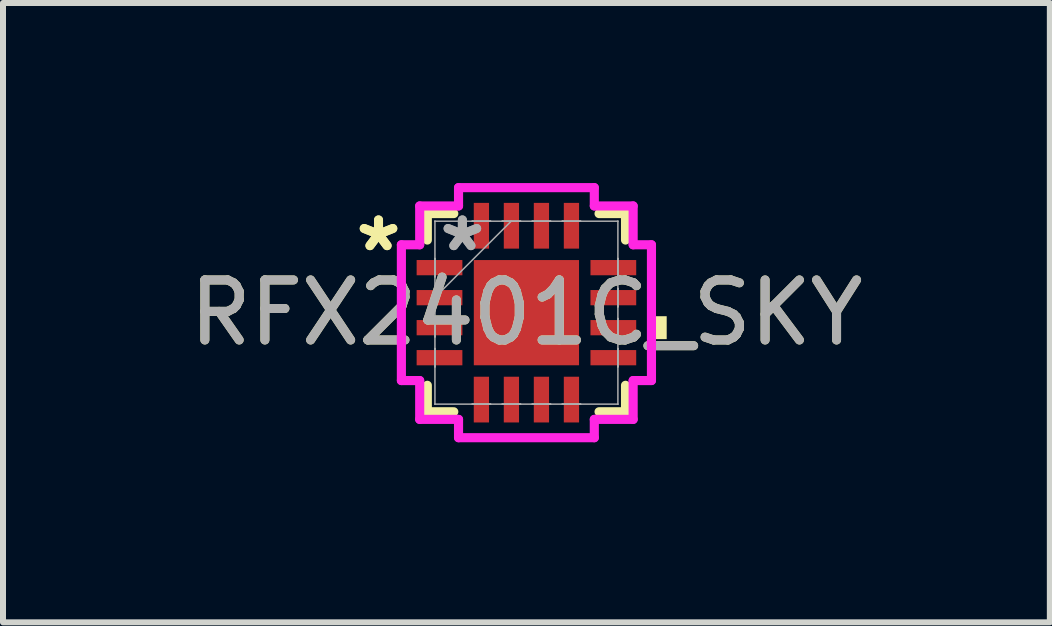
<source format=kicad_pcb>
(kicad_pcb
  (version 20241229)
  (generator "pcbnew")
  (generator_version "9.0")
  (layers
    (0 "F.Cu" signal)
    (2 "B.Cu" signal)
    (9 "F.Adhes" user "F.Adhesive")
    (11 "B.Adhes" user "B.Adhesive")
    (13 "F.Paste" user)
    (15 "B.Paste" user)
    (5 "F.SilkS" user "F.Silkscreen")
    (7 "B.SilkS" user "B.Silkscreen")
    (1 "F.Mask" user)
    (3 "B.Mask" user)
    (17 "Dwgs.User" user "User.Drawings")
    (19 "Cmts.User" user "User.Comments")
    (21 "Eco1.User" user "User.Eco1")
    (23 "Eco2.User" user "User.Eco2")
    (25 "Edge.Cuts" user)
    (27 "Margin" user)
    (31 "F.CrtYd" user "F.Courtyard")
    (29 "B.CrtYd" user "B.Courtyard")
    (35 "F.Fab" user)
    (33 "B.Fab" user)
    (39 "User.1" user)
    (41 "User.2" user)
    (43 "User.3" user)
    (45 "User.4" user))
  (footprint "RFX2401C_SKY"
    (layer "F.Cu")
    (at 5.72 2.159)
    (property "Reference" "RFX2401C_SKY" (at 0 0 0) (unlocked yes) (layer "F.SilkS") (effects (font (size 1 1) (thickness 0.15))))
    (attr smd)
    (fp_line (start -1.651 -1.651) (end -1.651 -1.21) (stroke (width 0.152) (type solid)) (layer "F.SilkS"))
    (fp_line (start -1.651 1.21) (end -1.651 1.651) (stroke (width 0.152) (type solid)) (layer "F.SilkS"))
    (fp_line (start -1.651 1.651) (end -1.21 1.651) (stroke (width 0.152) (type solid)) (layer "F.SilkS"))
    (fp_line (start -1.21 -1.651) (end -1.651 -1.651) (stroke (width 0.152) (type solid)) (layer "F.SilkS"))
    (fp_line (start 1.21 1.651) (end 1.651 1.651) (stroke (width 0.152) (type solid)) (layer "F.SilkS"))
    (fp_line (start 1.651 -1.651) (end 1.21 -1.651) (stroke (width 0.152) (type solid)) (layer "F.SilkS"))
    (fp_line (start 1.651 -1.21) (end 1.651 -1.651) (stroke (width 0.152) (type solid)) (layer "F.SilkS"))
    (fp_line (start 1.651 1.651) (end 1.651 1.21) (stroke (width 0.152) (type solid)) (layer "F.SilkS"))
    (fp_poly (pts (xy 2.337 0.059) (xy 2.337 0.441) (xy 2.083 0.441) (xy 2.083 0.059)) (stroke (width 0) (type solid)) (fill yes) (layer "F.SilkS"))
    (fp_line (start -2.083 -1.131) (end -1.778 -1.131) (stroke (width 0.152) (type solid)) (layer "F.CrtYd"))
    (fp_line (start -2.083 1.131) (end -2.083 -1.131) (stroke (width 0.152) (type solid)) (layer "F.CrtYd"))
    (fp_line (start -1.778 -1.778) (end -1.131 -1.778) (stroke (width 0.152) (type solid)) (layer "F.CrtYd"))
    (fp_line (start -1.778 -1.131) (end -1.778 -1.778) (stroke (width 0.152) (type solid)) (layer "F.CrtYd"))
    (fp_line (start -1.778 1.131) (end -2.083 1.131) (stroke (width 0.152) (type solid)) (layer "F.CrtYd"))
    (fp_line (start -1.778 1.778) (end -1.778 1.131) (stroke (width 0.152) (type solid)) (layer "F.CrtYd"))
    (fp_line (start -1.131 -2.083) (end 1.131 -2.083) (stroke (width 0.152) (type solid)) (layer "F.CrtYd"))
    (fp_line (start -1.131 -1.778) (end -1.131 -2.083) (stroke (width 0.152) (type solid)) (layer "F.CrtYd"))
    (fp_line (start -1.131 1.778) (end -1.778 1.778) (stroke (width 0.152) (type solid)) (layer "F.CrtYd"))
    (fp_line (start -1.131 2.083) (end -1.131 1.778) (stroke (width 0.152) (type solid)) (layer "F.CrtYd"))
    (fp_line (start 1.131 -2.083) (end 1.131 -1.778) (stroke (width 0.152) (type solid)) (layer "F.CrtYd"))
    (fp_line (start 1.131 -1.778) (end 1.778 -1.778) (stroke (width 0.152) (type solid)) (layer "F.CrtYd"))
    (fp_line (start 1.131 1.778) (end 1.131 2.083) (stroke (width 0.152) (type solid)) (layer "F.CrtYd"))
    (fp_line (start 1.131 2.083) (end -1.131 2.083) (stroke (width 0.152) (type solid)) (layer "F.CrtYd"))
    (fp_line (start 1.778 -1.778) (end 1.778 -1.131) (stroke (width 0.152) (type solid)) (layer "F.CrtYd"))
    (fp_line (start 1.778 -1.131) (end 2.083 -1.131) (stroke (width 0.152) (type solid)) (layer "F.CrtYd"))
    (fp_line (start 1.778 1.131) (end 1.778 1.778) (stroke (width 0.152) (type solid)) (layer "F.CrtYd"))
    (fp_line (start 1.778 1.778) (end 1.131 1.778) (stroke (width 0.152) (type solid)) (layer "F.CrtYd"))
    (fp_line (start 2.083 -1.131) (end 2.083 1.131) (stroke (width 0.152) (type solid)) (layer "F.CrtYd"))
    (fp_line (start 2.083 1.131) (end 1.778 1.131) (stroke (width 0.152) (type solid)) (layer "F.CrtYd"))
    (fp_line (start -1.524 -1.524) (end -1.524 -1.524) (stroke (width 0.025) (type solid)) (layer "F.Fab"))
    (fp_line (start -1.524 -1.524) (end -1.524 1.524) (stroke (width 0.025) (type solid)) (layer "F.Fab"))
    (fp_line (start -1.524 -0.902) (end -1.524 -0.902) (stroke (width 0.025) (type solid)) (layer "F.Fab"))
    (fp_line (start -1.524 -0.902) (end -1.524 -0.598) (stroke (width 0.025) (type solid)) (layer "F.Fab"))
    (fp_line (start -1.524 -0.598) (end -1.524 -0.902) (stroke (width 0.025) (type solid)) (layer "F.Fab"))
    (fp_line (start -1.524 -0.598) (end -1.524 -0.598) (stroke (width 0.025) (type solid)) (layer "F.Fab"))
    (fp_line (start -1.524 -0.402) (end -1.524 -0.402) (stroke (width 0.025) (type solid)) (layer "F.Fab"))
    (fp_line (start -1.524 -0.402) (end -1.524 -0.098) (stroke (width 0.025) (type solid)) (layer "F.Fab"))
    (fp_line (start -1.524 -0.254) (end -0.254 -1.524) (stroke (width 0.025) (type solid)) (layer "F.Fab"))
    (fp_line (start -1.524 -0.098) (end -1.524 -0.402) (stroke (width 0.025) (type solid)) (layer "F.Fab"))
    (fp_line (start -1.524 -0.098) (end -1.524 -0.098) (stroke (width 0.025) (type solid)) (layer "F.Fab"))
    (fp_line (start -1.524 0.098) (end -1.524 0.098) (stroke (width 0.025) (type solid)) (layer "F.Fab"))
    (fp_line (start -1.524 0.098) (end -1.524 0.402) (stroke (width 0.025) (type solid)) (layer "F.Fab"))
    (fp_line (start -1.524 0.402) (end -1.524 0.098) (stroke (width 0.025) (type solid)) (layer "F.Fab"))
    (fp_line (start -1.524 0.402) (end -1.524 0.402) (stroke (width 0.025) (type solid)) (layer "F.Fab"))
    (fp_line (start -1.524 0.598) (end -1.524 0.598) (stroke (width 0.025) (type solid)) (layer "F.Fab"))
    (fp_line (start -1.524 0.598) (end -1.524 0.902) (stroke (width 0.025) (type solid)) (layer "F.Fab"))
    (fp_line (start -1.524 0.902) (end -1.524 0.598) (stroke (width 0.025) (type solid)) (layer "F.Fab"))
    (fp_line (start -1.524 0.902) (end -1.524 0.902) (stroke (width 0.025) (type solid)) (layer "F.Fab"))
    (fp_line (start -1.524 1.524) (end -1.524 1.524) (stroke (width 0.025) (type solid)) (layer "F.Fab"))
    (fp_line (start -1.524 1.524) (end 1.524 1.524) (stroke (width 0.025) (type solid)) (layer "F.Fab"))
    (fp_line (start -0.902 -1.524) (end -0.902 -1.524) (stroke (width 0.025) (type solid)) (layer "F.Fab"))
    (fp_line (start -0.902 -1.524) (end -0.598 -1.524) (stroke (width 0.025) (type solid)) (layer "F.Fab"))
    (fp_line (start -0.902 1.524) (end -0.902 1.524) (stroke (width 0.025) (type solid)) (layer "F.Fab"))
    (fp_line (start -0.902 1.524) (end -0.598 1.524) (stroke (width 0.025) (type solid)) (layer "F.Fab"))
    (fp_line (start -0.598 -1.524) (end -0.902 -1.524) (stroke (width 0.025) (type solid)) (layer "F.Fab"))
    (fp_line (start -0.598 -1.524) (end -0.598 -1.524) (stroke (width 0.025) (type solid)) (layer "F.Fab"))
    (fp_line (start -0.598 1.524) (end -0.902 1.524) (stroke (width 0.025) (type solid)) (layer "F.Fab"))
    (fp_line (start -0.598 1.524) (end -0.598 1.524) (stroke (width 0.025) (type solid)) (layer "F.Fab"))
    (fp_line (start -0.402 -1.524) (end -0.402 -1.524) (stroke (width 0.025) (type solid)) (layer "F.Fab"))
    (fp_line (start -0.402 -1.524) (end -0.098 -1.524) (stroke (width 0.025) (type solid)) (layer "F.Fab"))
    (fp_line (start -0.402 1.524) (end -0.402 1.524) (stroke (width 0.025) (type solid)) (layer "F.Fab"))
    (fp_line (start -0.402 1.524) (end -0.098 1.524) (stroke (width 0.025) (type solid)) (layer "F.Fab"))
    (fp_line (start -0.098 -1.524) (end -0.402 -1.524) (stroke (width 0.025) (type solid)) (layer "F.Fab"))
    (fp_line (start -0.098 -1.524) (end -0.098 -1.524) (stroke (width 0.025) (type solid)) (layer "F.Fab"))
    (fp_line (start -0.098 1.524) (end -0.402 1.524) (stroke (width 0.025) (type solid)) (layer "F.Fab"))
    (fp_line (start -0.098 1.524) (end -0.098 1.524) (stroke (width 0.025) (type solid)) (layer "F.Fab"))
    (fp_line (start 0.098 -1.524) (end 0.098 -1.524) (stroke (width 0.025) (type solid)) (layer "F.Fab"))
    (fp_line (start 0.098 -1.524) (end 0.402 -1.524) (stroke (width 0.025) (type solid)) (layer "F.Fab"))
    (fp_line (start 0.098 1.524) (end 0.098 1.524) (stroke (width 0.025) (type solid)) (layer "F.Fab"))
    (fp_line (start 0.098 1.524) (end 0.402 1.524) (stroke (width 0.025) (type solid)) (layer "F.Fab"))
    (fp_line (start 0.402 -1.524) (end 0.098 -1.524) (stroke (width 0.025) (type solid)) (layer "F.Fab"))
    (fp_line (start 0.402 -1.524) (end 0.402 -1.524) (stroke (width 0.025) (type solid)) (layer "F.Fab"))
    (fp_line (start 0.402 1.524) (end 0.098 1.524) (stroke (width 0.025) (type solid)) (layer "F.Fab"))
    (fp_line (start 0.402 1.524) (end 0.402 1.524) (stroke (width 0.025) (type solid)) (layer "F.Fab"))
    (fp_line (start 0.598 -1.524) (end 0.598 -1.524) (stroke (width 0.025) (type solid)) (layer "F.Fab"))
    (fp_line (start 0.598 -1.524) (end 0.902 -1.524) (stroke (width 0.025) (type solid)) (layer "F.Fab"))
    (fp_line (start 0.598 1.524) (end 0.598 1.524) (stroke (width 0.025) (type solid)) (layer "F.Fab"))
    (fp_line (start 0.598 1.524) (end 0.902 1.524) (stroke (width 0.025) (type solid)) (layer "F.Fab"))
    (fp_line (start 0.902 -1.524) (end 0.598 -1.524) (stroke (width 0.025) (type solid)) (layer "F.Fab"))
    (fp_line (start 0.902 -1.524) (end 0.902 -1.524) (stroke (width 0.025) (type solid)) (layer "F.Fab"))
    (fp_line (start 0.902 1.524) (end 0.598 1.524) (stroke (width 0.025) (type solid)) (layer "F.Fab"))
    (fp_line (start 0.902 1.524) (end 0.902 1.524) (stroke (width 0.025) (type solid)) (layer "F.Fab"))
    (fp_line (start 1.524 -1.524) (end -1.524 -1.524) (stroke (width 0.025) (type solid)) (layer "F.Fab"))
    (fp_line (start 1.524 -1.524) (end 1.524 -1.524) (stroke (width 0.025) (type solid)) (layer "F.Fab"))
    (fp_line (start 1.524 -0.902) (end 1.524 -0.902) (stroke (width 0.025) (type solid)) (layer "F.Fab"))
    (fp_line (start 1.524 -0.902) (end 1.524 -0.598) (stroke (width 0.025) (type solid)) (layer "F.Fab"))
    (fp_line (start 1.524 -0.598) (end 1.524 -0.902) (stroke (width 0.025) (type solid)) (layer "F.Fab"))
    (fp_line (start 1.524 -0.598) (end 1.524 -0.598) (stroke (width 0.025) (type solid)) (layer "F.Fab"))
    (fp_line (start 1.524 -0.402) (end 1.524 -0.402) (stroke (width 0.025) (type solid)) (layer "F.Fab"))
    (fp_line (start 1.524 -0.402) (end 1.524 -0.098) (stroke (width 0.025) (type solid)) (layer "F.Fab"))
    (fp_line (start 1.524 -0.098) (end 1.524 -0.402) (stroke (width 0.025) (type solid)) (layer "F.Fab"))
    (fp_line (start 1.524 -0.098) (end 1.524 -0.098) (stroke (width 0.025) (type solid)) (layer "F.Fab"))
    (fp_line (start 1.524 0.098) (end 1.524 0.098) (stroke (width 0.025) (type solid)) (layer "F.Fab"))
    (fp_line (start 1.524 0.098) (end 1.524 0.402) (stroke (width 0.025) (type solid)) (layer "F.Fab"))
    (fp_line (start 1.524 0.402) (end 1.524 0.098) (stroke (width 0.025) (type solid)) (layer "F.Fab"))
    (fp_line (start 1.524 0.402) (end 1.524 0.402) (stroke (width 0.025) (type solid)) (layer "F.Fab"))
    (fp_line (start 1.524 0.598) (end 1.524 0.598) (stroke (width 0.025) (type solid)) (layer "F.Fab"))
    (fp_line (start 1.524 0.598) (end 1.524 0.902) (stroke (width 0.025) (type solid)) (layer "F.Fab"))
    (fp_line (start 1.524 0.902) (end 1.524 0.598) (stroke (width 0.025) (type solid)) (layer "F.Fab"))
    (fp_line (start 1.524 0.902) (end 1.524 0.902) (stroke (width 0.025) (type solid)) (layer "F.Fab"))
    (fp_line (start 1.524 1.524) (end 1.524 -1.524) (stroke (width 0.025) (type solid)) (layer "F.Fab"))
    (fp_line (start 1.524 1.524) (end 1.524 1.524) (stroke (width 0.025) (type solid)) (layer "F.Fab"))
    (fp_text user "*" (at -2.464 -1 0) (layer "F.SilkS") (effects (font (size 1 1) (thickness 0.15))))
    (fp_text user "*" (at -2.464 -1 0) (unlocked yes) (layer "F.SilkS") (effects (font (size 1 1) (thickness 0.15))))
    (fp_text user "${REFERENCE}" (at 0 0 0) (unlocked yes) (layer "F.Fab") (effects (font (size 1 1) (thickness 0.15))))
    (fp_text user "*" (at -1.067 -1 0) (unlocked yes) (layer "F.Fab") (effects (font (size 1 1) (thickness 0.15))))
    (fp_text user "*" (at -1.067 -1 0) (layer "F.Fab") (effects (font (size 1 1) (thickness 0.15))))
    (pad "1" smd rect (at -1.448 -0.75 90) (size 0.254 0.762) (layers "F.Cu" "F.Mask" "F.Paste"))
    (pad "2" smd rect (at -1.448 -0.25 90) (size 0.254 0.762) (layers "F.Cu" "F.Mask" "F.Paste"))
    (pad "3" smd rect (at -1.448 0.25 90) (size 0.254 0.762) (layers "F.Cu" "F.Mask" "F.Paste"))
    (pad "4" smd rect (at -1.448 0.75 90) (size 0.254 0.762) (layers "F.Cu" "F.Mask" "F.Paste"))
    (pad "5" smd rect (at -0.75 1.448) (size 0.254 0.762) (layers "F.Cu" "F.Mask" "F.Paste"))
    (pad "6" smd rect (at -0.25 1.448) (size 0.254 0.762) (layers "F.Cu" "F.Mask" "F.Paste"))
    (pad "7" smd rect (at 0.25 1.448) (size 0.254 0.762) (layers "F.Cu" "F.Mask" "F.Paste"))
    (pad "8" smd rect (at 0.75 1.448) (size 0.254 0.762) (layers "F.Cu" "F.Mask" "F.Paste"))
    (pad "9" smd rect (at 1.448 0.75 90) (size 0.254 0.762) (layers "F.Cu" "F.Mask" "F.Paste"))
    (pad "10" smd rect (at 1.448 0.25 90) (size 0.254 0.762) (layers "F.Cu" "F.Mask" "F.Paste"))
    (pad "11" smd rect (at 1.448 -0.25 90) (size 0.254 0.762) (layers "F.Cu" "F.Mask" "F.Paste"))
    (pad "12" smd rect (at 1.448 -0.75 90) (size 0.254 0.762) (layers "F.Cu" "F.Mask" "F.Paste"))
    (pad "13" smd rect (at 0.75 -1.448) (size 0.254 0.762) (layers "F.Cu" "F.Mask" "F.Paste"))
    (pad "14" smd rect (at 0.25 -1.448) (size 0.254 0.762) (layers "F.Cu" "F.Mask" "F.Paste"))
    (pad "15" smd rect (at -0.25 -1.448) (size 0.254 0.762) (layers "F.Cu" "F.Mask" "F.Paste"))
    (pad "16" smd rect (at -0.75 -1.448) (size 0.254 0.762) (layers "F.Cu" "F.Mask" "F.Paste"))
    (pad "17" smd rect (at 0 0) (size 1.753 1.753) (layers "F.Cu" "F.Mask" "F.Paste")))
  (gr_rect
    (start -3 -3)
    (end 14.44 7.318)
    (stroke (width 0.1) (type default))
    (fill no)
    (layer "Edge.Cuts")))
</source>
